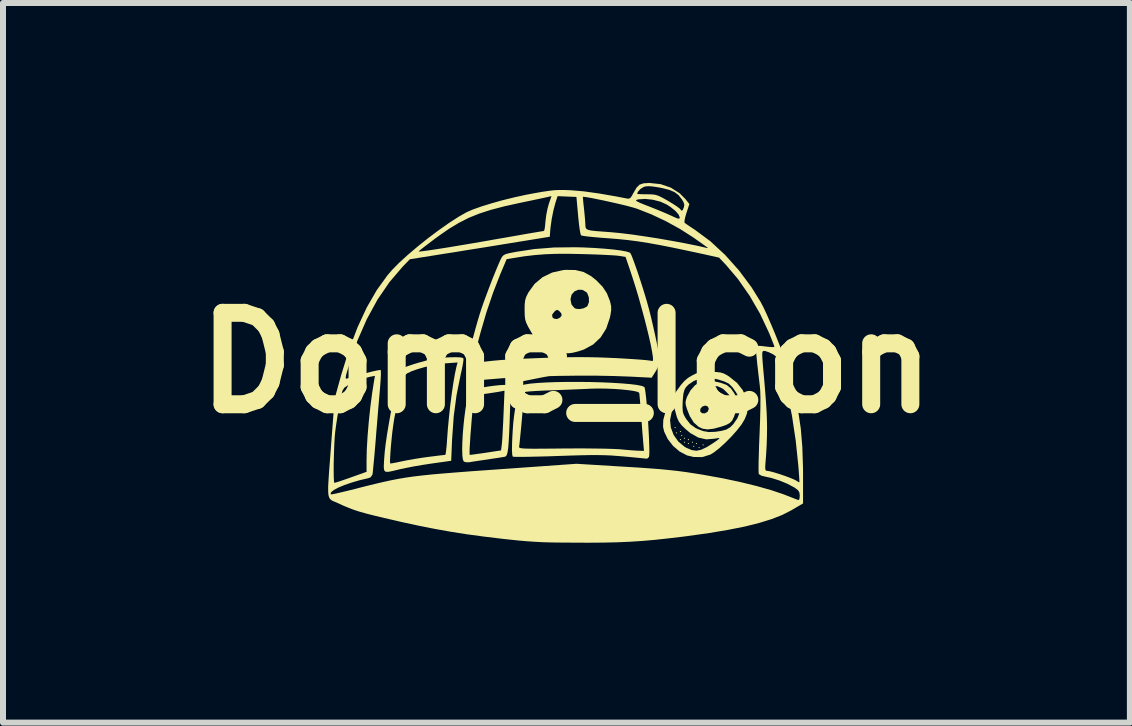
<source format=kicad_pcb>
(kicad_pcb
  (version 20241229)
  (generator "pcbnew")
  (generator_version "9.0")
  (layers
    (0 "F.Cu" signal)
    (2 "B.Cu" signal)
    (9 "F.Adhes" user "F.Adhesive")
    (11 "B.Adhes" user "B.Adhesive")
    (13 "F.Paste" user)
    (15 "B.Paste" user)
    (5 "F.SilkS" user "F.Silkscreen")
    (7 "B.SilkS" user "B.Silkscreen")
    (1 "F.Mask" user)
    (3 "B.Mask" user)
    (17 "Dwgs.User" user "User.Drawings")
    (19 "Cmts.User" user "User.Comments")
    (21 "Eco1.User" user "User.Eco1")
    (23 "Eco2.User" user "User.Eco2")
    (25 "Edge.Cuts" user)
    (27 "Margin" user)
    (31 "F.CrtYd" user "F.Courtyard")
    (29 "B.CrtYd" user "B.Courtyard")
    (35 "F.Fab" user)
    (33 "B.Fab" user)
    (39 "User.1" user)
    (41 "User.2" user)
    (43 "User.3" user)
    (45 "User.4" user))
  (footprint "Dome_Icon"
    (layer "F.Cu")
    (at 6.394 3)
    (property "Reference" "Dome_Icon" (at 0 0 0) (layer "F.SilkS") (effects (font (size 1.524 1.524) (thickness 0.3))))
    (attr board_only exclude_from_pos_files exclude_from_bom)
    (fp_poly (pts (xy 1.822 1.078) (xy 1.811 1.089) (xy 1.8 1.078) (xy 1.811 1.067)) (stroke (width 0) (type solid)) (fill yes) (layer "F.SilkS"))
    (fp_poly (pts (xy 1.844 1.167) (xy 1.833 1.178) (xy 1.822 1.167) (xy 1.833 1.156)) (stroke (width 0) (type solid)) (fill yes) (layer "F.SilkS"))
    (fp_poly (pts (xy 1.911 1.144) (xy 1.9 1.156) (xy 1.889 1.144) (xy 1.9 1.133)) (stroke (width 0) (type solid)) (fill yes) (layer "F.SilkS"))
    (fp_poly (pts (xy 1.911 1.278) (xy 1.9 1.289) (xy 1.889 1.278) (xy 1.9 1.267)) (stroke (width 0) (type solid)) (fill yes) (layer "F.SilkS"))
    (fp_poly (pts (xy 1.933 1.211) (xy 1.922 1.222) (xy 1.911 1.211) (xy 1.922 1.2)) (stroke (width 0) (type solid)) (fill yes) (layer "F.SilkS"))
    (fp_poly (pts (xy 1.978 1.256) (xy 1.967 1.267) (xy 1.956 1.256) (xy 1.967 1.244)) (stroke (width 0) (type solid)) (fill yes) (layer "F.SilkS"))
    (fp_poly (pts (xy 1.978 1.322) (xy 1.967 1.333) (xy 1.956 1.322) (xy 1.967 1.311)) (stroke (width 0) (type solid)) (fill yes) (layer "F.SilkS"))
    (fp_poly (pts (xy 2.044 1.278) (xy 2.033 1.289) (xy 2.022 1.278) (xy 2.033 1.267)) (stroke (width 0) (type solid)) (fill yes) (layer "F.SilkS"))
    (fp_poly (pts (xy 2.044 1.344) (xy 2.033 1.356) (xy 2.022 1.344) (xy 2.033 1.333)) (stroke (width 0) (type solid)) (fill yes) (layer "F.SilkS"))
    (fp_poly (pts (xy 2.111 1.322) (xy 2.1 1.333) (xy 2.089 1.322) (xy 2.1 1.311)) (stroke (width 0) (type solid)) (fill yes) (layer "F.SilkS"))
    (fp_poly (pts (xy 2.133 1.389) (xy 2.122 1.4) (xy 2.111 1.389) (xy 2.122 1.378)) (stroke (width 0) (type solid)) (fill yes) (layer "F.SilkS"))
    (fp_poly (pts (xy 2.178 1.344) (xy 2.167 1.356) (xy 2.156 1.344) (xy 2.167 1.333)) (stroke (width 0) (type solid)) (fill yes) (layer "F.SilkS"))
    (fp_poly (pts (xy 2.222 1.411) (xy 2.211 1.422) (xy 2.2 1.411) (xy 2.211 1.4)) (stroke (width 0) (type solid)) (fill yes) (layer "F.SilkS"))
    (fp_poly (pts (xy 2.289 1.367) (xy 2.278 1.378) (xy 2.267 1.367) (xy 2.278 1.356)) (stroke (width 0) (type solid)) (fill yes) (layer "F.SilkS"))
    (fp_poly (pts (xy -1.004 0.369) (xy -0.927 0.384) (xy -0.942 0.82) (xy -0.949 1.021) (xy -0.956 1.183) (xy -0.963 1.309) (xy -0.97 1.403) (xy -0.979 1.472) (xy -0.989 1.517) (xy -1.001 1.546) (xy -1.016 1.56) (xy -1.031 1.565) (xy -1.071 1.572) (xy -1.145 1.584) (xy -1.24 1.598) (xy -1.322 1.611) (xy -1.427 1.626) (xy -1.521 1.64) (xy -1.591 1.651) (xy -1.622 1.657) (xy -1.678 1.656) (xy -1.711 1.645) (xy -1.727 1.612) (xy -1.736 1.542) (xy -1.737 1.491) (xy -1.616 1.491) (xy -1.614 1.529) (xy -1.612 1.534) (xy -1.582 1.531) (xy -1.518 1.522) (xy -1.429 1.51) (xy -1.34 1.497) (xy -1.091 1.459) (xy -1.079 1.369) (xy -1.074 1.317) (xy -1.068 1.23) (xy -1.062 1.117) (xy -1.055 0.987) (xy -1.05 0.871) (xy -1.033 0.463) (xy -1.089 0.474) (xy -1.136 0.483) (xy -1.213 0.495) (xy -1.306 0.509) (xy -1.333 0.513) (xy -1.42 0.526) (xy -1.488 0.538) (xy -1.527 0.546) (xy -1.531 0.548) (xy -1.539 0.573) (xy -1.548 0.634) (xy -1.558 0.723) (xy -1.57 0.833) (xy -1.581 0.955) (xy -1.591 1.083) (xy -1.601 1.207) (xy -1.608 1.322) (xy -1.614 1.419) (xy -1.616 1.491) (xy -1.737 1.491) (xy -1.739 1.444) (xy -1.736 1.323) (xy -1.729 1.188) (xy -1.717 1.046) (xy -1.702 0.904) (xy -1.684 0.77) (xy -1.664 0.651) (xy -1.642 0.554) (xy -1.62 0.487) (xy -1.604 0.462) (xy -1.571 0.447) (xy -1.504 0.43) (xy -1.414 0.412) (xy -1.312 0.395) (xy -1.208 0.381) (xy -1.114 0.371) (xy -1.041 0.367)) (stroke (width 0) (type solid)) (fill yes) (layer "F.SilkS"))
    (fp_poly (pts (xy 0.15 -1.548) (xy 0.286 -1.515) (xy 0.411 -1.446) (xy 0.502 -1.373) (xy 0.604 -1.267) (xy 0.674 -1.16) (xy 0.723 -1.036) (xy 0.732 -1.004) (xy 0.745 -0.94) (xy 0.745 -0.876) (xy 0.732 -0.793) (xy 0.722 -0.748) (xy 0.662 -0.571) (xy 0.569 -0.424) (xy 0.445 -0.307) (xy 0.291 -0.223) (xy 0.19 -0.19) (xy 0.099 -0.168) (xy 0.029 -0.16) (xy -0.039 -0.164) (xy -0.128 -0.179) (xy -0.2 -0.2) (xy -0.288 -0.235) (xy -0.354 -0.268) (xy -0.42 -0.306) (xy -0.47 -0.345) (xy -0.513 -0.395) (xy -0.561 -0.468) (xy -0.591 -0.519) (xy -0.641 -0.606) (xy -0.672 -0.671) (xy -0.689 -0.727) (xy -0.696 -0.791) (xy -0.696 -0.804) (xy -0.239 -0.804) (xy -0.235 -0.761) (xy -0.207 -0.737) (xy -0.157 -0.731) (xy -0.107 -0.755) (xy -0.08 -0.792) (xy -0.087 -0.825) (xy -0.113 -0.857) (xy -0.147 -0.883) (xy -0.173 -0.878) (xy -0.2 -0.856) (xy -0.239 -0.804) (xy -0.696 -0.804) (xy -0.698 -0.877) (xy -0.698 -0.878) (xy -0.697 -0.974) (xy -0.689 -1.043) (xy -0.684 -1.06) (xy 0.067 -1.06) (xy 0.083 -0.975) (xy 0.129 -0.918) (xy 0.156 -0.903) (xy 0.216 -0.897) (xy 0.285 -0.91) (xy 0.339 -0.938) (xy 0.35 -0.949) (xy 0.375 -1.014) (xy 0.373 -1.092) (xy 0.347 -1.161) (xy 0.333 -1.178) (xy 0.268 -1.217) (xy 0.197 -1.22) (xy 0.133 -1.192) (xy 0.085 -1.137) (xy 0.067 -1.061) (xy 0.067 -1.06) (xy -0.684 -1.06) (xy -0.671 -1.102) (xy -0.638 -1.168) (xy -0.635 -1.174) (xy -0.531 -1.318) (xy -0.398 -1.429) (xy -0.239 -1.506) (xy -0.057 -1.547) (xy -0.01 -1.551)) (stroke (width 0) (type solid)) (fill yes) (layer "F.SilkS"))
    (fp_poly (pts (xy 2.462 0.307) (xy 2.568 0.331) (xy 2.659 0.363) (xy 2.673 0.37) (xy 2.741 0.426) (xy 2.801 0.512) (xy 2.843 0.616) (xy 2.85 0.685) (xy 2.835 0.771) (xy 2.825 0.805) (xy 2.792 0.9) (xy 2.761 0.963) (xy 2.72 1.004) (xy 2.66 1.035) (xy 2.584 1.062) (xy 2.454 1.097) (xy 2.353 1.109) (xy 2.27 1.097) (xy 2.205 1.067) (xy 2.124 0.996) (xy 2.056 0.888) (xy 2.025 0.811) (xy 2.23 0.811) (xy 2.261 0.839) (xy 2.308 0.841) (xy 2.352 0.815) (xy 2.355 0.811) (xy 2.373 0.765) (xy 2.356 0.727) (xy 2.315 0.711) (xy 2.264 0.728) (xy 2.232 0.766) (xy 2.23 0.811) (xy 2.025 0.811) (xy 2.009 0.77) (xy 1.989 0.702) (xy 1.985 0.653) (xy 1.992 0.622) (xy 2.378 0.622) (xy 2.384 0.67) (xy 2.41 0.688) (xy 2.429 0.689) (xy 2.481 0.678) (xy 2.506 0.663) (xy 2.515 0.629) (xy 2.493 0.591) (xy 2.453 0.563) (xy 2.419 0.556) (xy 2.388 0.568) (xy 2.378 0.611) (xy 2.378 0.622) (xy 1.992 0.622) (xy 1.998 0.599) (xy 2.011 0.563) (xy 2.067 0.459) (xy 2.137 0.379) (xy 2.3 0.379) (xy 2.42 0.421) (xy 2.488 0.452) (xy 2.561 0.499) (xy 2.63 0.551) (xy 2.683 0.602) (xy 2.709 0.643) (xy 2.71 0.649) (xy 2.719 0.685) (xy 2.737 0.731) (xy 2.756 0.768) (xy 2.766 0.778) (xy 2.774 0.758) (xy 2.778 0.711) (xy 2.778 0.703) (xy 2.758 0.615) (xy 2.705 0.525) (xy 2.626 0.446) (xy 2.602 0.428) (xy 2.523 0.391) (xy 2.426 0.379) (xy 2.413 0.379) (xy 2.3 0.379) (xy 2.137 0.379) (xy 2.142 0.374) (xy 2.228 0.315) (xy 2.28 0.298) (xy 2.36 0.295)) (stroke (width 0) (type solid)) (fill yes) (layer "F.SilkS"))
    (fp_poly (pts (xy -1.771 -0.092) (xy -1.73 -0.084) (xy -1.717 -0.072) (xy -1.718 -0.04) (xy -1.728 0.025) (xy -1.745 0.113) (xy -1.764 0.195) (xy -1.832 0.533) (xy -1.879 0.884) (xy -1.906 1.261) (xy -1.907 1.28) (xy -1.922 1.632) (xy -2.256 1.679) (xy -2.393 1.7) (xy -2.534 1.724) (xy -2.664 1.749) (xy -2.768 1.771) (xy -2.785 1.775) (xy -2.897 1.802) (xy -2.973 1.817) (xy -3.018 1.814) (xy -3.04 1.788) (xy -3.046 1.733) (xy -3.042 1.649) (xy -2.942 1.649) (xy -2.938 1.676) (xy -2.938 1.677) (xy -2.915 1.675) (xy -2.859 1.665) (xy -2.781 1.649) (xy -2.749 1.642) (xy -2.649 1.622) (xy -2.523 1.6) (xy -2.39 1.579) (xy -2.301 1.567) (xy -2.197 1.554) (xy -2.109 1.543) (xy -2.047 1.536) (xy -2.021 1.533) (xy -2.02 1.533) (xy -2.014 1.513) (xy -2.006 1.456) (xy -1.997 1.373) (xy -1.991 1.283) (xy -1.977 1.094) (xy -1.958 0.895) (xy -1.936 0.696) (xy -1.911 0.503) (xy -1.885 0.328) (xy -1.859 0.178) (xy -1.834 0.062) (xy -1.83 0.047) (xy -1.815 -0.007) (xy -2.024 0.008) (xy -2.134 0.021) (xy -2.254 0.044) (xy -2.375 0.073) (xy -2.488 0.106) (xy -2.584 0.14) (xy -2.655 0.174) (xy -2.691 0.203) (xy -2.691 0.204) (xy -2.708 0.249) (xy -2.732 0.329) (xy -2.76 0.434) (xy -2.79 0.555) (xy -2.82 0.683) (xy -2.847 0.808) (xy -2.87 0.922) (xy -2.877 0.965) (xy -2.89 1.054) (xy -2.904 1.16) (xy -2.916 1.275) (xy -2.927 1.39) (xy -2.935 1.497) (xy -2.94 1.586) (xy -2.942 1.649) (xy -3.042 1.649) (xy -3.042 1.645) (xy -3.038 1.583) (xy -3.029 1.474) (xy -3.013 1.341) (xy -2.991 1.19) (xy -2.964 1.028) (xy -2.935 0.862) (xy -2.903 0.696) (xy -2.871 0.539) (xy -2.839 0.396) (xy -2.809 0.274) (xy -2.782 0.178) (xy -2.76 0.116) (xy -2.748 0.097) (xy -2.718 0.082) (xy -2.654 0.057) (xy -2.565 0.027) (xy -2.462 -0.005) (xy -2.456 -0.006) (xy -2.316 -0.045) (xy -2.2 -0.07) (xy -2.09 -0.085) (xy -1.968 -0.092) (xy -1.957 -0.093) (xy -1.845 -0.095)) (stroke (width 0) (type solid)) (fill yes) (layer "F.SilkS"))
    (fp_poly (pts (xy 2.403 0.149) (xy 2.499 0.152) (xy 2.567 0.16) (xy 2.621 0.176) (xy 2.676 0.205) (xy 2.715 0.23) (xy 2.843 0.333) (xy 2.939 0.455) (xy 2.999 0.589) (xy 3.018 0.689) (xy 3.02 0.776) (xy 3.008 0.846) (xy 2.978 0.923) (xy 2.965 0.95) (xy 2.916 1.03) (xy 2.84 1.127) (xy 2.748 1.23) (xy 2.647 1.332) (xy 2.547 1.423) (xy 2.457 1.493) (xy 2.398 1.529) (xy 2.264 1.57) (xy 2.12 1.569) (xy 2.009 1.542) (xy 1.887 1.478) (xy 1.777 1.384) (xy 1.688 1.269) (xy 1.628 1.144) (xy 1.61 1.065) (xy 1.614 0.952) (xy 1.727 0.952) (xy 1.74 1.079) (xy 1.787 1.202) (xy 1.864 1.311) (xy 1.968 1.398) (xy 1.998 1.415) (xy 2.086 1.453) (xy 2.165 1.465) (xy 2.246 1.448) (xy 2.341 1.403) (xy 2.402 1.365) (xy 2.473 1.319) (xy 2.525 1.281) (xy 2.551 1.259) (xy 2.552 1.255) (xy 2.527 1.254) (xy 2.476 1.262) (xy 2.466 1.264) (xy 2.33 1.275) (xy 2.198 1.245) (xy 2.068 1.172) (xy 1.988 1.106) (xy 1.918 1.038) (xy 1.873 0.978) (xy 1.843 0.911) (xy 1.829 0.862) (xy 1.796 0.744) (xy 1.935 0.744) (xy 1.939 0.808) (xy 1.952 0.857) (xy 1.978 0.906) (xy 1.999 0.94) (xy 2.066 1.024) (xy 2.15 1.084) (xy 2.184 1.101) (xy 2.279 1.137) (xy 2.372 1.153) (xy 2.48 1.149) (xy 2.58 1.134) (xy 2.664 1.112) (xy 2.727 1.075) (xy 2.78 1.023) (xy 2.85 0.922) (xy 2.894 0.808) (xy 2.907 0.697) (xy 2.902 0.66) (xy 2.876 0.582) (xy 2.829 0.494) (xy 2.772 0.412) (xy 2.714 0.353) (xy 2.703 0.344) (xy 2.63 0.309) (xy 2.53 0.277) (xy 2.423 0.254) (xy 2.327 0.245) (xy 2.321 0.245) (xy 2.223 0.261) (xy 2.12 0.303) (xy 2.031 0.364) (xy 1.99 0.407) (xy 1.965 0.454) (xy 1.949 0.516) (xy 1.94 0.606) (xy 1.937 0.652) (xy 1.935 0.744) (xy 1.796 0.744) (xy 1.792 0.73) (xy 1.752 0.831) (xy 1.727 0.952) (xy 1.614 0.952) (xy 1.614 0.95) (xy 1.65 0.815) (xy 1.717 0.664) (xy 1.811 0.504) (xy 1.836 0.467) (xy 1.907 0.369) (xy 1.967 0.301) (xy 2.025 0.251) (xy 2.09 0.212) (xy 2.154 0.179) (xy 2.21 0.159) (xy 2.272 0.15) (xy 2.355 0.148)) (stroke (width 0) (type solid)) (fill yes) (layer "F.SilkS"))
    (fp_poly (pts (xy 0.396 0.319) (xy 0.583 0.324) (xy 0.761 0.332) (xy 0.923 0.342) (xy 1.064 0.354) (xy 1.177 0.368) (xy 1.258 0.385) (xy 1.299 0.403) (xy 1.308 0.432) (xy 1.318 0.498) (xy 1.329 0.593) (xy 1.34 0.711) (xy 1.351 0.843) (xy 1.361 0.983) (xy 1.369 1.124) (xy 1.376 1.257) (xy 1.38 1.375) (xy 1.382 1.472) (xy 1.38 1.54) (xy 1.375 1.57) (xy 1.375 1.57) (xy 1.347 1.595) (xy 1.336 1.597) (xy 1.31 1.594) (xy 1.248 1.588) (xy 1.157 1.579) (xy 1.044 1.568) (xy 0.956 1.56) (xy 0.843 1.551) (xy 0.738 1.543) (xy 0.633 1.539) (xy 0.521 1.537) (xy 0.393 1.537) (xy 0.243 1.54) (xy 0.063 1.545) (xy -0.141 1.552) (xy -0.318 1.558) (xy -0.48 1.562) (xy -0.623 1.565) (xy -0.741 1.567) (xy -0.829 1.567) (xy -0.882 1.565) (xy -0.895 1.563) (xy -0.904 1.533) (xy -0.909 1.459) (xy -0.908 1.402) (xy -0.79 1.402) (xy -0.787 1.411) (xy -0.773 1.419) (xy -0.745 1.424) (xy -0.699 1.428) (xy -0.629 1.43) (xy -0.533 1.431) (xy -0.404 1.43) (xy -0.239 1.429) (xy -0.06 1.427) (xy 0.128 1.426) (xy 0.312 1.426) (xy 0.484 1.428) (xy 0.638 1.43) (xy 0.765 1.434) (xy 0.858 1.438) (xy 0.889 1.44) (xy 0.994 1.45) (xy 1.095 1.458) (xy 1.174 1.463) (xy 1.196 1.464) (xy 1.292 1.467) (xy 1.28 1.328) (xy 1.274 1.254) (xy 1.265 1.149) (xy 1.256 1.025) (xy 1.246 0.893) (xy 1.243 0.856) (xy 1.235 0.737) (xy 1.226 0.634) (xy 1.219 0.555) (xy 1.214 0.507) (xy 1.212 0.498) (xy 1.186 0.483) (xy 1.123 0.468) (xy 1.032 0.455) (xy 0.919 0.443) (xy 0.792 0.434) (xy 0.659 0.429) (xy 0.528 0.427) (xy 0.407 0.43) (xy 0.403 0.43) (xy 0.281 0.436) (xy 0.13 0.442) (xy -0.035 0.449) (xy -0.197 0.455) (xy -0.278 0.458) (xy -0.407 0.463) (xy -0.52 0.469) (xy -0.61 0.475) (xy -0.67 0.481) (xy -0.691 0.486) (xy -0.698 0.511) (xy -0.706 0.574) (xy -0.717 0.667) (xy -0.729 0.783) (xy -0.742 0.915) (xy -0.742 0.922) (xy -0.754 1.057) (xy -0.766 1.179) (xy -0.776 1.28) (xy -0.784 1.353) (xy -0.789 1.389) (xy -0.789 1.389) (xy -0.79 1.402) (xy -0.908 1.402) (xy -0.907 1.342) (xy -0.903 1.247) (xy -0.896 1.122) (xy -0.888 1.011) (xy -0.876 0.901) (xy -0.859 0.782) (xy -0.836 0.64) (xy -0.809 0.482) (xy -0.79 0.423) (xy -0.763 0.383) (xy -0.757 0.379) (xy -0.701 0.361) (xy -0.608 0.346) (xy -0.484 0.335) (xy -0.335 0.326) (xy -0.167 0.32) (xy 0.015 0.317) (xy 0.204 0.317)) (stroke (width 0) (type solid)) (fill yes) (layer "F.SilkS"))
    (fp_poly (pts (xy 0.278 -1.925) (xy 0.464 -1.916) (xy 0.635 -1.904) (xy 0.784 -1.89) (xy 0.907 -1.874) (xy 0.998 -1.857) (xy 1.053 -1.84) (xy 1.063 -1.832) (xy 1.081 -1.8) (xy 1.108 -1.732) (xy 1.143 -1.636) (xy 1.184 -1.52) (xy 1.227 -1.389) (xy 1.271 -1.253) (xy 1.313 -1.117) (xy 1.343 -1.014) (xy 1.377 -0.891) (xy 1.412 -0.752) (xy 1.446 -0.605) (xy 1.479 -0.458) (xy 1.508 -0.319) (xy 1.532 -0.197) (xy 1.548 -0.1) (xy 1.555 -0.035) (xy 1.555 -0.027) (xy 1.543 0.026) (xy 1.513 0.095) (xy 1.488 0.14) (xy 1.42 0.247) (xy 1.071 0.229) (xy 0.798 0.219) (xy 0.496 0.213) (xy 0.177 0.213) (xy -0.149 0.217) (xy -0.473 0.226) (xy -0.783 0.239) (xy -1.072 0.256) (xy -1.327 0.277) (xy -1.356 0.28) (xy -1.446 0.283) (xy -1.501 0.27) (xy -1.512 0.263) (xy -1.56 0.213) (xy -1.607 0.15) (xy -1.646 0.087) (xy -1.666 0.038) (xy -1.667 0.029) (xy -1.661 -0.011) (xy -1.66 -0.011) (xy -1.556 -0.011) (xy -1.536 -0.005) (xy -1.487 -0.006) (xy -1.461 -0.009) (xy -1.384 -0.018) (xy -1.289 -0.029) (xy -1.233 -0.035) (xy -1.112 -0.046) (xy -0.955 -0.057) (xy -0.771 -0.067) (xy -0.571 -0.076) (xy -0.363 -0.084) (xy -0.156 -0.09) (xy 0.041 -0.095) (xy 0.218 -0.096) (xy 0.367 -0.095) (xy 0.367 -0.095) (xy 0.52 -0.092) (xy 0.682 -0.086) (xy 0.843 -0.079) (xy 0.999 -0.07) (xy 1.141 -0.061) (xy 1.262 -0.052) (xy 1.357 -0.043) (xy 1.418 -0.034) (xy 1.433 -0.03) (xy 1.443 -0.045) (xy 1.441 -0.097) (xy 1.428 -0.181) (xy 1.407 -0.293) (xy 1.377 -0.428) (xy 1.34 -0.58) (xy 1.298 -0.746) (xy 1.251 -0.919) (xy 1.202 -1.095) (xy 1.15 -1.269) (xy 1.097 -1.435) (xy 1.061 -1.544) (xy 0.985 -1.767) (xy 0.887 -1.783) (xy 0.837 -1.789) (xy 0.75 -1.795) (xy 0.634 -1.801) (xy 0.497 -1.807) (xy 0.347 -1.812) (xy 0.267 -1.814) (xy 0.028 -1.819) (xy -0.178 -1.818) (xy -0.361 -1.811) (xy -0.533 -1.797) (xy -0.704 -1.777) (xy -0.86 -1.752) (xy -0.998 -1.729) (xy -1.107 -1.47) (xy -1.223 -1.172) (xy -1.334 -0.845) (xy -1.434 -0.503) (xy -1.479 -0.333) (xy -1.506 -0.222) (xy -1.529 -0.126) (xy -1.546 -0.055) (xy -1.555 -0.016) (xy -1.556 -0.011) (xy -1.66 -0.011) (xy -1.644 -0.085) (xy -1.62 -0.186) (xy -1.589 -0.306) (xy -1.554 -0.436) (xy -1.518 -0.568) (xy -1.482 -0.695) (xy -1.448 -0.809) (xy -1.423 -0.887) (xy -1.387 -0.993) (xy -1.34 -1.12) (xy -1.288 -1.259) (xy -1.234 -1.399) (xy -1.181 -1.53) (xy -1.135 -1.641) (xy -1.099 -1.722) (xy -1.093 -1.733) (xy -1.073 -1.77) (xy -1.049 -1.795) (xy -1.012 -1.814) (xy -0.951 -1.83) (xy -0.856 -1.848) (xy -0.855 -1.849) (xy -0.535 -1.898) (xy -0.207 -1.924) (xy 0.143 -1.928)) (stroke (width 0) (type solid)) (fill yes) (layer "F.SilkS"))
    (fp_poly (pts (xy 1.57 -2.98) (xy 1.739 -2.922) (xy 1.886 -2.829) (xy 1.984 -2.73) (xy 2.049 -2.648) (xy 2 -2.5) (xy 1.978 -2.424) (xy 1.967 -2.365) (xy 1.969 -2.336) (xy 1.97 -2.335) (xy 1.996 -2.316) (xy 2.05 -2.279) (xy 2.121 -2.232) (xy 2.144 -2.217) (xy 2.399 -2.028) (xy 2.644 -1.801) (xy 2.874 -1.544) (xy 3.083 -1.264) (xy 3.236 -1.018) (xy 3.285 -0.924) (xy 3.344 -0.797) (xy 3.409 -0.648) (xy 3.478 -0.484) (xy 3.545 -0.316) (xy 3.607 -0.153) (xy 3.66 -0.005) (xy 3.701 0.119) (xy 3.711 0.153) (xy 3.797 0.482) (xy 3.861 0.791) (xy 3.906 1.093) (xy 3.932 1.403) (xy 3.943 1.738) (xy 3.944 1.833) (xy 3.944 2.343) (xy 3.744 2.46) (xy 3.597 2.535) (xy 3.421 2.604) (xy 3.214 2.668) (xy 2.974 2.728) (xy 2.698 2.783) (xy 2.383 2.836) (xy 2.026 2.886) (xy 1.933 2.898) (xy 1.687 2.927) (xy 1.464 2.951) (xy 1.256 2.969) (xy 1.052 2.982) (xy 0.841 2.991) (xy 0.613 2.996) (xy 0.358 2.998) (xy 0.167 2.997) (xy -0.046 2.996) (xy -0.225 2.994) (xy -0.379 2.99) (xy -0.518 2.983) (xy -0.652 2.974) (xy -0.792 2.962) (xy -0.946 2.946) (xy -1.067 2.933) (xy -1.381 2.895) (xy -1.664 2.857) (xy -1.93 2.815) (xy -2.193 2.768) (xy -2.465 2.714) (xy -2.761 2.65) (xy -2.837 2.632) (xy -3.037 2.586) (xy -3.2 2.547) (xy -3.333 2.513) (xy -3.445 2.482) (xy -3.541 2.451) (xy -3.628 2.418) (xy -3.715 2.382) (xy -3.806 2.34) (xy -3.851 2.32) (xy -3.889 2.305) (xy -3.919 2.289) (xy -3.942 2.268) (xy -3.958 2.24) (xy -3.969 2.198) (xy -3.97 2.185) (xy -3.932 2.185) (xy -3.927 2.192) (xy -3.903 2.19) (xy -3.843 2.178) (xy -3.753 2.157) (xy -3.64 2.13) (xy -3.511 2.098) (xy -3.486 2.091) (xy -3.325 2.05) (xy -3.181 2.015) (xy -3.049 1.984) (xy -2.924 1.957) (xy -2.802 1.933) (xy -2.676 1.912) (xy -2.543 1.893) (xy -2.398 1.876) (xy -2.235 1.859) (xy -2.05 1.843) (xy -1.837 1.826) (xy -1.593 1.807) (xy -1.311 1.787) (xy -1.156 1.776) (xy 0.167 1.682) (xy 0.967 1.731) (xy 1.199 1.745) (xy 1.396 1.759) (xy 1.565 1.772) (xy 1.715 1.787) (xy 1.854 1.802) (xy 1.991 1.82) (xy 2.134 1.842) (xy 2.291 1.867) (xy 2.3 1.869) (xy 2.605 1.924) (xy 2.897 1.986) (xy 3.166 2.052) (xy 3.408 2.12) (xy 3.614 2.189) (xy 3.678 2.214) (xy 3.76 2.246) (xy 3.826 2.272) (xy 3.866 2.286) (xy 3.872 2.287) (xy 3.883 2.269) (xy 3.889 2.222) (xy 3.889 2.211) (xy 3.883 2.16) (xy 3.859 2.122) (xy 3.807 2.082) (xy 3.797 2.076) (xy 3.683 2.015) (xy 3.548 1.96) (xy 3.411 1.917) (xy 3.326 1.899) (xy 3.251 1.881) (xy 3.21 1.856) (xy 3.205 1.848) (xy 3.203 1.817) (xy 3.202 1.748) (xy 3.203 1.647) (xy 3.207 1.519) (xy 3.211 1.372) (xy 3.218 1.209) (xy 3.219 1.19) (xy 3.228 0.945) (xy 3.233 0.742) (xy 3.234 0.58) (xy 3.23 0.457) (xy 3.224 0.389) (xy 3.199 0.18) (xy 3.18 0.013) (xy 3.168 -0.114) (xy 3.167 -0.12) (xy 3.264 -0.12) (xy 3.268 -0.046) (xy 3.277 0.064) (xy 3.28 0.098) (xy 3.299 0.309) (xy 3.313 0.481) (xy 3.324 0.623) (xy 3.332 0.741) (xy 3.338 0.84) (xy 3.341 0.928) (xy 3.343 1.012) (xy 3.344 1.097) (xy 3.344 1.1) (xy 3.342 1.233) (xy 3.337 1.382) (xy 3.329 1.521) (xy 3.325 1.572) (xy 3.317 1.674) (xy 3.313 1.74) (xy 3.316 1.778) (xy 3.325 1.795) (xy 3.342 1.8) (xy 3.349 1.8) (xy 3.395 1.808) (xy 3.469 1.828) (xy 3.56 1.856) (xy 3.655 1.889) (xy 3.74 1.921) (xy 3.805 1.949) (xy 3.829 1.962) (xy 3.866 1.985) (xy 3.883 1.991) (xy 3.883 1.969) (xy 3.88 1.911) (xy 3.874 1.826) (xy 3.866 1.723) (xy 3.866 1.721) (xy 3.822 1.298) (xy 3.76 0.885) (xy 3.681 0.494) (xy 3.592 0.152) (xy 3.56 0.044) (xy 3.535 -0.03) (xy 3.513 -0.078) (xy 3.488 -0.11) (xy 3.458 -0.134) (xy 3.431 -0.15) (xy 3.368 -0.18) (xy 3.313 -0.198) (xy 3.299 -0.2) (xy 3.281 -0.198) (xy 3.27 -0.189) (xy 3.264 -0.165) (xy 3.264 -0.12) (xy 3.167 -0.12) (xy 3.16 -0.204) (xy 3.159 -0.259) (xy 3.162 -0.281) (xy 3.189 -0.285) (xy 3.248 -0.282) (xy 3.321 -0.273) (xy 3.395 -0.265) (xy 3.447 -0.263) (xy 3.467 -0.268) (xy 3.459 -0.294) (xy 3.437 -0.351) (xy 3.405 -0.432) (xy 3.376 -0.503) (xy 3.228 -0.818) (xy 3.053 -1.12) (xy 2.858 -1.399) (xy 2.664 -1.628) (xy 2.544 -1.755) (xy 2.289 -1.812) (xy 2.009 -1.872) (xy 1.766 -1.923) (xy 1.553 -1.965) (xy 1.364 -1.999) (xy 1.192 -2.026) (xy 1.031 -2.047) (xy 0.875 -2.063) (xy 0.717 -2.076) (xy 0.703 -2.077) (xy 0.567 -2.087) (xy 0.446 -2.098) (xy 0.347 -2.108) (xy 0.277 -2.118) (xy 0.243 -2.126) (xy 0.242 -2.127) (xy 0.233 -2.155) (xy 0.221 -2.219) (xy 0.209 -2.31) (xy 0.197 -2.42) (xy 0.194 -2.457) (xy 0.166 -2.767) (xy 0.108 -2.769) (xy 0.274 -2.769) (xy 0.275 -2.748) (xy 0.279 -2.693) (xy 0.287 -2.615) (xy 0.29 -2.594) (xy 0.3 -2.494) (xy 0.309 -2.397) (xy 0.314 -2.323) (xy 0.314 -2.321) (xy 0.316 -2.282) (xy 0.32 -2.253) (xy 0.334 -2.232) (xy 0.361 -2.218) (xy 0.41 -2.207) (xy 0.484 -2.198) (xy 0.591 -2.19) (xy 0.736 -2.179) (xy 0.74 -2.179) (xy 0.897 -2.164) (xy 1.087 -2.141) (xy 1.3 -2.11) (xy 1.526 -2.075) (xy 1.754 -2.035) (xy 1.976 -1.994) (xy 2.18 -1.953) (xy 2.354 -1.913) (xy 2.354 -1.92) (xy 2.333 -1.936) (xy 2.283 -1.972) (xy 2.211 -2.023) (xy 2.123 -2.085) (xy 2.104 -2.098) (xy 1.894 -2.232) (xy 1.66 -2.361) (xy 1.419 -2.475) (xy 1.187 -2.566) (xy 1.143 -2.581) (xy 1.079 -2.599) (xy 0.989 -2.623) (xy 0.88 -2.649) (xy 0.761 -2.676) (xy 0.639 -2.703) (xy 0.631 -2.705) (xy 1.16 -2.705) (xy 1.183 -2.689) (xy 1.235 -2.664) (xy 1.323 -2.629) (xy 1.367 -2.612) (xy 1.478 -2.568) (xy 1.588 -2.523) (xy 1.682 -2.483) (xy 1.733 -2.46) (xy 1.812 -2.424) (xy 1.858 -2.406) (xy 1.881 -2.405) (xy 1.888 -2.419) (xy 1.888 -2.428) (xy 1.868 -2.475) (xy 1.816 -2.534) (xy 1.738 -2.597) (xy 1.672 -2.64) (xy 1.566 -2.688) (xy 1.44 -2.72) (xy 1.313 -2.734) (xy 1.201 -2.727) (xy 1.186 -2.723) (xy 1.162 -2.715) (xy 1.16 -2.705) (xy 0.631 -2.705) (xy 0.523 -2.727) (xy 0.42 -2.748) (xy 0.339 -2.762) (xy 0.288 -2.769) (xy 0.274 -2.769) (xy 0.108 -2.769) (xy 0.009 -2.773) (xy -0.148 -2.78) (xy -0.185 -2.666) (xy -0.217 -2.545) (xy -0.246 -2.401) (xy -0.266 -2.257) (xy -0.272 -2.19) (xy -0.278 -2.103) (xy -1.067 -1.975) (xy -1.269 -1.942) (xy -1.476 -1.909) (xy -1.678 -1.877) (xy -1.866 -1.846) (xy -2.034 -1.82) (xy -2.171 -1.798) (xy -2.233 -1.788) (xy -2.611 -1.728) (xy -2.732 -1.603) (xy -2.95 -1.348) (xy -3.15 -1.056) (xy -3.328 -0.73) (xy -3.484 -0.375) (xy -3.577 -0.114) (xy -3.621 0.024) (xy -3.652 0.125) (xy -3.672 0.194) (xy -3.68 0.237) (xy -3.679 0.258) (xy -3.67 0.264) (xy -3.662 0.262) (xy -3.599 0.241) (xy -3.515 0.216) (xy -3.419 0.19) (xy -3.32 0.165) (xy -3.23 0.142) (xy -3.156 0.126) (xy -3.109 0.118) (xy -3.097 0.118) (xy -3.094 0.144) (xy -3.094 0.205) (xy -3.099 0.294) (xy -3.107 0.4) (xy -3.108 0.416) (xy -3.117 0.522) (xy -3.129 0.661) (xy -3.143 0.824) (xy -3.157 0.998) (xy -3.172 1.174) (xy -3.178 1.256) (xy -3.191 1.411) (xy -3.203 1.553) (xy -3.215 1.676) (xy -3.224 1.773) (xy -3.231 1.838) (xy -3.234 1.861) (xy -3.265 1.907) (xy -3.306 1.923) (xy -3.448 1.956) (xy -3.581 1.995) (xy -3.701 2.036) (xy -3.802 2.078) (xy -3.878 2.119) (xy -3.923 2.155) (xy -3.932 2.185) (xy -3.97 2.185) (xy -3.973 2.139) (xy -3.973 2.059) (xy -3.967 1.953) (xy -3.958 1.817) (xy -3.957 1.801) (xy -3.881 1.801) (xy -3.88 1.894) (xy -3.877 1.963) (xy -3.872 1.997) (xy -3.87 2) (xy -3.842 1.993) (xy -3.781 1.974) (xy -3.696 1.945) (xy -3.596 1.91) (xy -3.591 1.908) (xy -3.333 1.816) (xy -3.333 1.636) (xy -3.329 1.444) (xy -3.316 1.221) (xy -3.296 0.981) (xy -3.27 0.736) (xy -3.239 0.499) (xy -3.208 0.302) (xy -3.193 0.216) (xy -3.272 0.231) (xy -3.351 0.252) (xy -3.453 0.289) (xy -3.561 0.335) (xy -3.659 0.383) (xy -3.704 0.415) (xy -3.733 0.46) (xy -3.753 0.533) (xy -3.755 0.538) (xy -3.776 0.645) (xy -3.799 0.779) (xy -3.823 0.921) (xy -3.843 1.054) (xy -3.855 1.144) (xy -3.863 1.225) (xy -3.869 1.328) (xy -3.874 1.445) (xy -3.878 1.568) (xy -3.881 1.689) (xy -3.881 1.801) (xy -3.957 1.801) (xy -3.945 1.647) (xy -3.929 1.439) (xy -3.922 1.342) (xy -3.865 0.596) (xy -3.753 0.192) (xy -3.625 -0.22) (xy -3.484 -0.592) (xy -3.33 -0.923) (xy -3.163 -1.213) (xy -2.983 -1.462) (xy -2.906 -1.551) (xy -2.789 -1.67) (xy -2.644 -1.802) (xy -2.578 -1.858) (xy -2.467 -1.858) (xy -2.445 -1.857) (xy -2.383 -1.864) (xy -2.281 -1.878) (xy -2.143 -1.899) (xy -1.971 -1.926) (xy -1.768 -1.96) (xy -1.535 -1.999) (xy -1.276 -2.044) (xy -1.211 -2.056) (xy -1.025 -2.088) (xy -0.853 -2.118) (xy -0.701 -2.145) (xy -0.572 -2.167) (xy -0.471 -2.184) (xy -0.404 -2.195) (xy -0.376 -2.2) (xy -0.375 -2.2) (xy -0.367 -2.22) (xy -0.358 -2.274) (xy -0.351 -2.35) (xy -0.35 -2.361) (xy -0.337 -2.466) (xy -0.315 -2.576) (xy -0.294 -2.652) (xy -0.25 -2.781) (xy -0.299 -2.769) (xy -0.335 -2.761) (xy -0.408 -2.745) (xy -0.508 -2.724) (xy -0.63 -2.698) (xy -0.765 -2.67) (xy -0.78 -2.667) (xy -1.037 -2.61) (xy -1.259 -2.552) (xy -1.454 -2.489) (xy -1.63 -2.418) (xy -1.795 -2.334) (xy -1.959 -2.235) (xy -2.129 -2.117) (xy -2.199 -2.066) (xy -2.292 -1.995) (xy -2.371 -1.935) (xy -2.43 -1.889) (xy -2.462 -1.863) (xy -2.467 -1.858) (xy -2.578 -1.858) (xy -2.48 -1.941) (xy -2.305 -2.081) (xy -2.127 -2.214) (xy -1.955 -2.335) (xy -1.797 -2.437) (xy -1.665 -2.512) (xy -1.559 -2.558) (xy -1.418 -2.608) (xy -1.25 -2.66) (xy -1.065 -2.712) (xy -0.87 -2.76) (xy -0.674 -2.803) (xy -0.556 -2.825) (xy -0.411 -2.851) (xy -0.297 -2.868) (xy -0.203 -2.879) (xy -0.115 -2.883) (xy -0.023 -2.882) (xy 0.078 -2.878) (xy 0.288 -2.86) (xy 0.539 -2.825) (xy 0.83 -2.775) (xy 0.993 -2.743) (xy 1.034 -2.737) (xy 1.063 -2.748) (xy 1.089 -2.782) (xy 1.108 -2.818) (xy 1.178 -2.818) (xy 1.198 -2.815) (xy 1.252 -2.812) (xy 1.328 -2.811) (xy 1.34 -2.811) (xy 1.418 -2.81) (xy 1.478 -2.803) (xy 1.534 -2.786) (xy 1.599 -2.754) (xy 1.688 -2.704) (xy 1.69 -2.703) (xy 1.773 -2.653) (xy 1.841 -2.608) (xy 1.885 -2.575) (xy 1.896 -2.564) (xy 1.918 -2.537) (xy 1.937 -2.547) (xy 1.956 -2.59) (xy 1.965 -2.635) (xy 1.95 -2.683) (xy 1.922 -2.729) (xy 1.868 -2.797) (xy 1.802 -2.847) (xy 1.716 -2.884) (xy 1.598 -2.914) (xy 1.541 -2.925) (xy 1.438 -2.941) (xy 1.367 -2.946) (xy 1.316 -2.942) (xy 1.285 -2.932) (xy 1.231 -2.898) (xy 1.191 -2.853) (xy 1.178 -2.818) (xy 1.108 -2.818) (xy 1.121 -2.841) (xy 1.169 -2.923) (xy 1.219 -2.972) (xy 1.286 -2.994) (xy 1.382 -3)) (stroke (width 0) (type solid)) (fill yes) (layer "F.SilkS")))
  (gr_rect
    (start -3 -3)
    (end 15.787 8.997)
    (stroke (width 0.1) (type default))
    (fill no)
    (layer "Edge.Cuts")))
</source>
